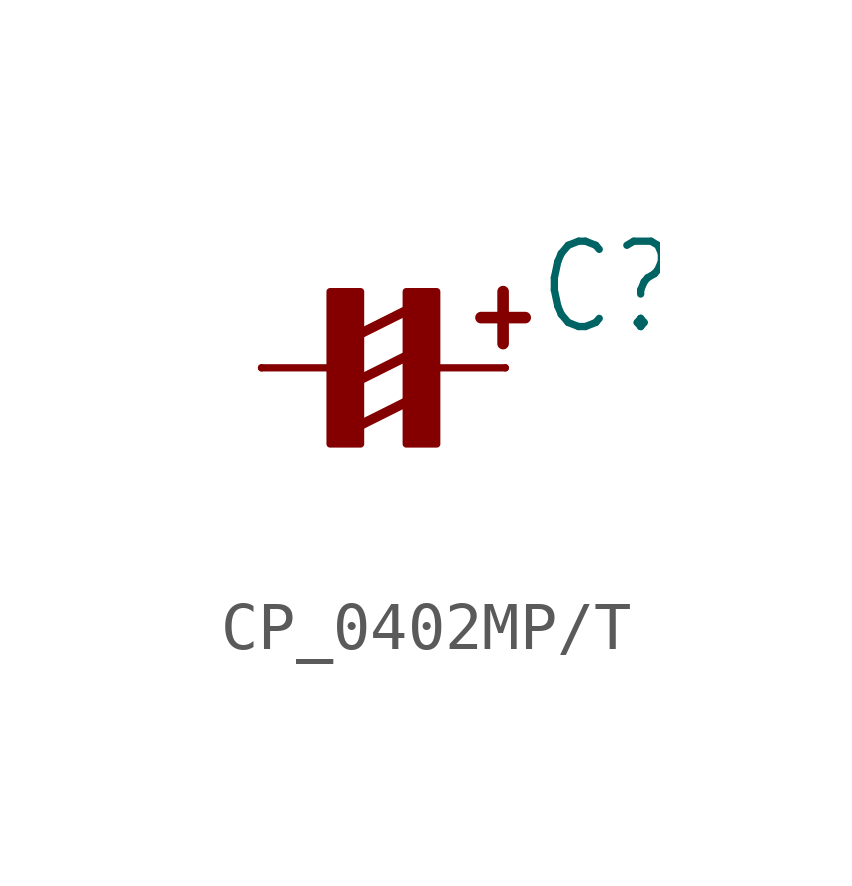
<source format=kicad_sym>
(kicad_symbol_lib
  (version 20231120)
  (generator "kicad_symbol_editor")
  (generator_version "8.0")
  (symbol "CP_0402MP/T"
    (property "Reference" "C"
      (at 3.175 0.635 0)
      (effects (font (size 1.778 1.511)) (justify left bottom)))
    (property "Value" ""
      (at -3.175 -3.81 0)
      (effects (font (size 1.778 1.511)) (justify left bottom)))
    (property "ki_locked" ""
      (at 0 0 0)
      (effects (font (size 1.27 1.27))))
    (symbol "CP_0402MP/T_1_0"
      (rectangle (start -1.111 -1.587) (end -0.476 1.587) (stroke (width 0) (type default)) (fill (type outline)))
      (polyline (pts (xy -0.857 0) (xy -2.54 0)) (stroke (width 0.152) (type solid)) (fill (type none)))
      (polyline (pts (xy -0.635 -1.27) (xy 0.635 -0.635)) (stroke (width 0.203) (type solid)) (fill (type none)))
      (polyline (pts (xy -0.635 -0.318) (xy 0.635 0.318)) (stroke (width 0.203) (type solid)) (fill (type none)))
      (polyline (pts (xy -0.635 0.635) (xy 0.635 1.27)) (stroke (width 0.203) (type solid)) (fill (type none)))
      (polyline (pts (xy 0.794 0) (xy 2.54 0)) (stroke (width 0.152) (type solid)) (fill (type none)))
      (rectangle (start 0.476 -1.587) (end 1.111 1.587) (stroke (width 0) (type default)) (fill (type outline)))
      (text "+" (at 1.587 0.318 0) (effects (font (size 1.422 1.209) (thickness 0.242) (bold yes)) (justify left bottom)))
      (pin passive line (at 2.54 0 180) (length 0) (name "+" (effects (font (size 0 0)))) (number "+" (effects (font (size 0 0)))))
      (pin passive line (at -2.54 0 0) (length 0) (name "-" (effects (font (size 0 0)))) (number "-" (effects (font (size 0 0))))))))
</source>
